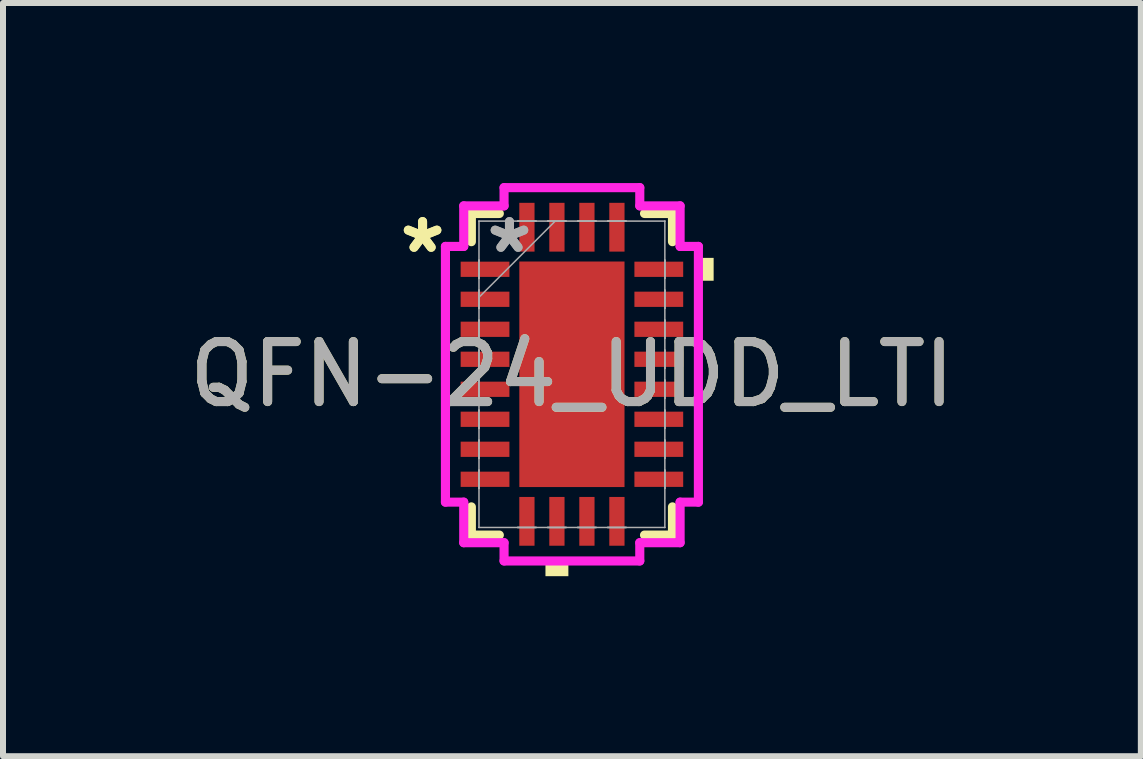
<source format=kicad_pcb>
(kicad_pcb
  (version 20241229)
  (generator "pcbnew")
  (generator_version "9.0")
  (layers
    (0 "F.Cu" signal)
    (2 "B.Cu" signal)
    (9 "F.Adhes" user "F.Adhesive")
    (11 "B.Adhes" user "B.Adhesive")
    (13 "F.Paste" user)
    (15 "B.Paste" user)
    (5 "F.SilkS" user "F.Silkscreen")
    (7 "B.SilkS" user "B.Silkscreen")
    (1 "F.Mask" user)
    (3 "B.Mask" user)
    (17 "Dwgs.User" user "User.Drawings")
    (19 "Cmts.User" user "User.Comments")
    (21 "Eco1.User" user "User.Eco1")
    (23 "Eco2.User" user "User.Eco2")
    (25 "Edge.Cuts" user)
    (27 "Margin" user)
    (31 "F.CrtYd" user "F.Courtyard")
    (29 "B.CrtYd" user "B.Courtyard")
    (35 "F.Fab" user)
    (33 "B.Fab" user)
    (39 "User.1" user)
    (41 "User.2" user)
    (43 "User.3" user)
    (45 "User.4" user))
  (footprint "QFN-24_UDD_LTI"
    (layer "F.Cu")
    (at 6.482 3.188)
    (property "Reference" "QFN-24_UDD_LTI" (at 0 0 0) (unlocked yes) (layer "F.SilkS") (effects (font (size 1 1) (thickness 0.15))))
    (attr smd)
    (fp_line (start -1.676 -2.68) (end -1.676 -2.21) (stroke (width 0.152) (type solid)) (layer "F.SilkS"))
    (fp_line (start -1.676 2.21) (end -1.676 2.68) (stroke (width 0.152) (type solid)) (layer "F.SilkS"))
    (fp_line (start -1.676 2.68) (end -1.21 2.68) (stroke (width 0.152) (type solid)) (layer "F.SilkS"))
    (fp_line (start -1.21 -2.68) (end -1.676 -2.68) (stroke (width 0.152) (type solid)) (layer "F.SilkS"))
    (fp_line (start 1.21 2.68) (end 1.676 2.68) (stroke (width 0.152) (type solid)) (layer "F.SilkS"))
    (fp_line (start 1.676 -2.68) (end 1.21 -2.68) (stroke (width 0.152) (type solid)) (layer "F.SilkS"))
    (fp_line (start 1.676 -2.21) (end 1.676 -2.68) (stroke (width 0.152) (type solid)) (layer "F.SilkS"))
    (fp_line (start 1.676 2.68) (end 1.676 2.21) (stroke (width 0.152) (type solid)) (layer "F.SilkS"))
    (fp_poly (pts (xy -0.441 3.111) (xy -0.441 3.365) (xy -0.059 3.365) (xy -0.059 3.111)) (stroke (width 0) (type solid)) (fill yes) (layer "F.SilkS"))
    (fp_poly (pts (xy 2.362 -1.94) (xy 2.362 -1.559) (xy 2.108 -1.559) (xy 2.108 -1.94)) (stroke (width 0) (type solid)) (fill yes) (layer "F.SilkS"))
    (fp_poly (pts (xy -0.776 -1.78) (xy -0.776 -0.1) (xy 0.776 -0.1) (xy 0.776 -1.78)) (stroke (width 0) (type solid)) (fill yes) (layer "F.Paste"))
    (fp_poly (pts (xy -0.776 0.1) (xy -0.776 1.78) (xy 0.776 1.78) (xy 0.776 0.1)) (stroke (width 0) (type solid)) (fill yes) (layer "F.Paste"))
    (fp_line (start -2.108 -2.131) (end -1.803 -2.131) (stroke (width 0.152) (type solid)) (layer "F.CrtYd"))
    (fp_line (start -2.108 2.131) (end -2.108 -2.131) (stroke (width 0.152) (type solid)) (layer "F.CrtYd"))
    (fp_line (start -1.803 -2.807) (end -1.131 -2.807) (stroke (width 0.152) (type solid)) (layer "F.CrtYd"))
    (fp_line (start -1.803 -2.131) (end -1.803 -2.807) (stroke (width 0.152) (type solid)) (layer "F.CrtYd"))
    (fp_line (start -1.803 2.131) (end -2.108 2.131) (stroke (width 0.152) (type solid)) (layer "F.CrtYd"))
    (fp_line (start -1.803 2.807) (end -1.803 2.131) (stroke (width 0.152) (type solid)) (layer "F.CrtYd"))
    (fp_line (start -1.131 -3.111) (end 1.131 -3.111) (stroke (width 0.152) (type solid)) (layer "F.CrtYd"))
    (fp_line (start -1.131 -2.807) (end -1.131 -3.111) (stroke (width 0.152) (type solid)) (layer "F.CrtYd"))
    (fp_line (start -1.131 2.807) (end -1.803 2.807) (stroke (width 0.152) (type solid)) (layer "F.CrtYd"))
    (fp_line (start -1.131 3.111) (end -1.131 2.807) (stroke (width 0.152) (type solid)) (layer "F.CrtYd"))
    (fp_line (start 1.131 -3.111) (end 1.131 -2.807) (stroke (width 0.152) (type solid)) (layer "F.CrtYd"))
    (fp_line (start 1.131 -2.807) (end 1.803 -2.807) (stroke (width 0.152) (type solid)) (layer "F.CrtYd"))
    (fp_line (start 1.131 2.807) (end 1.131 3.111) (stroke (width 0.152) (type solid)) (layer "F.CrtYd"))
    (fp_line (start 1.131 3.111) (end -1.131 3.111) (stroke (width 0.152) (type solid)) (layer "F.CrtYd"))
    (fp_line (start 1.803 -2.807) (end 1.803 -2.131) (stroke (width 0.152) (type solid)) (layer "F.CrtYd"))
    (fp_line (start 1.803 -2.131) (end 2.108 -2.131) (stroke (width 0.152) (type solid)) (layer "F.CrtYd"))
    (fp_line (start 1.803 2.131) (end 1.803 2.807) (stroke (width 0.152) (type solid)) (layer "F.CrtYd"))
    (fp_line (start 1.803 2.807) (end 1.131 2.807) (stroke (width 0.152) (type solid)) (layer "F.CrtYd"))
    (fp_line (start 2.108 -2.131) (end 2.108 2.131) (stroke (width 0.152) (type solid)) (layer "F.CrtYd"))
    (fp_line (start 2.108 2.131) (end 1.803 2.131) (stroke (width 0.152) (type solid)) (layer "F.CrtYd"))
    (fp_line (start -1.549 -2.553) (end -1.549 -2.553) (stroke (width 0.025) (type solid)) (layer "F.Fab"))
    (fp_line (start -1.549 -2.553) (end -1.549 2.553) (stroke (width 0.025) (type solid)) (layer "F.Fab"))
    (fp_line (start -1.549 -1.902) (end -1.549 -1.902) (stroke (width 0.025) (type solid)) (layer "F.Fab"))
    (fp_line (start -1.549 -1.902) (end -1.549 -1.598) (stroke (width 0.025) (type solid)) (layer "F.Fab"))
    (fp_line (start -1.549 -1.598) (end -1.549 -1.902) (stroke (width 0.025) (type solid)) (layer "F.Fab"))
    (fp_line (start -1.549 -1.598) (end -1.549 -1.598) (stroke (width 0.025) (type solid)) (layer "F.Fab"))
    (fp_line (start -1.549 -1.402) (end -1.549 -1.402) (stroke (width 0.025) (type solid)) (layer "F.Fab"))
    (fp_line (start -1.549 -1.402) (end -1.549 -1.098) (stroke (width 0.025) (type solid)) (layer "F.Fab"))
    (fp_line (start -1.549 -1.283) (end -0.279 -2.553) (stroke (width 0.025) (type solid)) (layer "F.Fab"))
    (fp_line (start -1.549 -1.098) (end -1.549 -1.402) (stroke (width 0.025) (type solid)) (layer "F.Fab"))
    (fp_line (start -1.549 -1.098) (end -1.549 -1.098) (stroke (width 0.025) (type solid)) (layer "F.Fab"))
    (fp_line (start -1.549 -0.902) (end -1.549 -0.902) (stroke (width 0.025) (type solid)) (layer "F.Fab"))
    (fp_line (start -1.549 -0.902) (end -1.549 -0.598) (stroke (width 0.025) (type solid)) (layer "F.Fab"))
    (fp_line (start -1.549 -0.598) (end -1.549 -0.902) (stroke (width 0.025) (type solid)) (layer "F.Fab"))
    (fp_line (start -1.549 -0.598) (end -1.549 -0.598) (stroke (width 0.025) (type solid)) (layer "F.Fab"))
    (fp_line (start -1.549 -0.402) (end -1.549 -0.402) (stroke (width 0.025) (type solid)) (layer "F.Fab"))
    (fp_line (start -1.549 -0.402) (end -1.549 -0.098) (stroke (width 0.025) (type solid)) (layer "F.Fab"))
    (fp_line (start -1.549 -0.098) (end -1.549 -0.402) (stroke (width 0.025) (type solid)) (layer "F.Fab"))
    (fp_line (start -1.549 -0.098) (end -1.549 -0.098) (stroke (width 0.025) (type solid)) (layer "F.Fab"))
    (fp_line (start -1.549 0.098) (end -1.549 0.098) (stroke (width 0.025) (type solid)) (layer "F.Fab"))
    (fp_line (start -1.549 0.098) (end -1.549 0.402) (stroke (width 0.025) (type solid)) (layer "F.Fab"))
    (fp_line (start -1.549 0.402) (end -1.549 0.098) (stroke (width 0.025) (type solid)) (layer "F.Fab"))
    (fp_line (start -1.549 0.402) (end -1.549 0.402) (stroke (width 0.025) (type solid)) (layer "F.Fab"))
    (fp_line (start -1.549 0.598) (end -1.549 0.598) (stroke (width 0.025) (type solid)) (layer "F.Fab"))
    (fp_line (start -1.549 0.598) (end -1.549 0.902) (stroke (width 0.025) (type solid)) (layer "F.Fab"))
    (fp_line (start -1.549 0.902) (end -1.549 0.598) (stroke (width 0.025) (type solid)) (layer "F.Fab"))
    (fp_line (start -1.549 0.902) (end -1.549 0.902) (stroke (width 0.025) (type solid)) (layer "F.Fab"))
    (fp_line (start -1.549 1.098) (end -1.549 1.098) (stroke (width 0.025) (type solid)) (layer "F.Fab"))
    (fp_line (start -1.549 1.098) (end -1.549 1.402) (stroke (width 0.025) (type solid)) (layer "F.Fab"))
    (fp_line (start -1.549 1.402) (end -1.549 1.098) (stroke (width 0.025) (type solid)) (layer "F.Fab"))
    (fp_line (start -1.549 1.402) (end -1.549 1.402) (stroke (width 0.025) (type solid)) (layer "F.Fab"))
    (fp_line (start -1.549 1.598) (end -1.549 1.598) (stroke (width 0.025) (type solid)) (layer "F.Fab"))
    (fp_line (start -1.549 1.598) (end -1.549 1.902) (stroke (width 0.025) (type solid)) (layer "F.Fab"))
    (fp_line (start -1.549 1.902) (end -1.549 1.598) (stroke (width 0.025) (type solid)) (layer "F.Fab"))
    (fp_line (start -1.549 1.902) (end -1.549 1.902) (stroke (width 0.025) (type solid)) (layer "F.Fab"))
    (fp_line (start -1.549 2.553) (end -1.549 2.553) (stroke (width 0.025) (type solid)) (layer "F.Fab"))
    (fp_line (start -1.549 2.553) (end 1.549 2.553) (stroke (width 0.025) (type solid)) (layer "F.Fab"))
    (fp_line (start -0.902 -2.553) (end -0.902 -2.553) (stroke (width 0.025) (type solid)) (layer "F.Fab"))
    (fp_line (start -0.902 -2.553) (end -0.598 -2.553) (stroke (width 0.025) (type solid)) (layer "F.Fab"))
    (fp_line (start -0.902 2.553) (end -0.902 2.553) (stroke (width 0.025) (type solid)) (layer "F.Fab"))
    (fp_line (start -0.902 2.553) (end -0.598 2.553) (stroke (width 0.025) (type solid)) (layer "F.Fab"))
    (fp_line (start -0.598 -2.553) (end -0.902 -2.553) (stroke (width 0.025) (type solid)) (layer "F.Fab"))
    (fp_line (start -0.598 -2.553) (end -0.598 -2.553) (stroke (width 0.025) (type solid)) (layer "F.Fab"))
    (fp_line (start -0.598 2.553) (end -0.902 2.553) (stroke (width 0.025) (type solid)) (layer "F.Fab"))
    (fp_line (start -0.598 2.553) (end -0.598 2.553) (stroke (width 0.025) (type solid)) (layer "F.Fab"))
    (fp_line (start -0.402 -2.553) (end -0.402 -2.553) (stroke (width 0.025) (type solid)) (layer "F.Fab"))
    (fp_line (start -0.402 -2.553) (end -0.098 -2.553) (stroke (width 0.025) (type solid)) (layer "F.Fab"))
    (fp_line (start -0.402 2.553) (end -0.402 2.553) (stroke (width 0.025) (type solid)) (layer "F.Fab"))
    (fp_line (start -0.402 2.553) (end -0.098 2.553) (stroke (width 0.025) (type solid)) (layer "F.Fab"))
    (fp_line (start -0.098 -2.553) (end -0.402 -2.553) (stroke (width 0.025) (type solid)) (layer "F.Fab"))
    (fp_line (start -0.098 -2.553) (end -0.098 -2.553) (stroke (width 0.025) (type solid)) (layer "F.Fab"))
    (fp_line (start -0.098 2.553) (end -0.402 2.553) (stroke (width 0.025) (type solid)) (layer "F.Fab"))
    (fp_line (start -0.098 2.553) (end -0.098 2.553) (stroke (width 0.025) (type solid)) (layer "F.Fab"))
    (fp_line (start 0.098 -2.553) (end 0.098 -2.553) (stroke (width 0.025) (type solid)) (layer "F.Fab"))
    (fp_line (start 0.098 -2.553) (end 0.402 -2.553) (stroke (width 0.025) (type solid)) (layer "F.Fab"))
    (fp_line (start 0.098 2.553) (end 0.098 2.553) (stroke (width 0.025) (type solid)) (layer "F.Fab"))
    (fp_line (start 0.098 2.553) (end 0.402 2.553) (stroke (width 0.025) (type solid)) (layer "F.Fab"))
    (fp_line (start 0.402 -2.553) (end 0.098 -2.553) (stroke (width 0.025) (type solid)) (layer "F.Fab"))
    (fp_line (start 0.402 -2.553) (end 0.402 -2.553) (stroke (width 0.025) (type solid)) (layer "F.Fab"))
    (fp_line (start 0.402 2.553) (end 0.098 2.553) (stroke (width 0.025) (type solid)) (layer "F.Fab"))
    (fp_line (start 0.402 2.553) (end 0.402 2.553) (stroke (width 0.025) (type solid)) (layer "F.Fab"))
    (fp_line (start 0.598 -2.553) (end 0.598 -2.553) (stroke (width 0.025) (type solid)) (layer "F.Fab"))
    (fp_line (start 0.598 -2.553) (end 0.902 -2.553) (stroke (width 0.025) (type solid)) (layer "F.Fab"))
    (fp_line (start 0.598 2.553) (end 0.598 2.553) (stroke (width 0.025) (type solid)) (layer "F.Fab"))
    (fp_line (start 0.598 2.553) (end 0.902 2.553) (stroke (width 0.025) (type solid)) (layer "F.Fab"))
    (fp_line (start 0.902 -2.553) (end 0.598 -2.553) (stroke (width 0.025) (type solid)) (layer "F.Fab"))
    (fp_line (start 0.902 -2.553) (end 0.902 -2.553) (stroke (width 0.025) (type solid)) (layer "F.Fab"))
    (fp_line (start 0.902 2.553) (end 0.598 2.553) (stroke (width 0.025) (type solid)) (layer "F.Fab"))
    (fp_line (start 0.902 2.553) (end 0.902 2.553) (stroke (width 0.025) (type solid)) (layer "F.Fab"))
    (fp_line (start 1.549 -2.553) (end -1.549 -2.553) (stroke (width 0.025) (type solid)) (layer "F.Fab"))
    (fp_line (start 1.549 -2.553) (end 1.549 -2.553) (stroke (width 0.025) (type solid)) (layer "F.Fab"))
    (fp_line (start 1.549 -1.902) (end 1.549 -1.902) (stroke (width 0.025) (type solid)) (layer "F.Fab"))
    (fp_line (start 1.549 -1.902) (end 1.549 -1.598) (stroke (width 0.025) (type solid)) (layer "F.Fab"))
    (fp_line (start 1.549 -1.598) (end 1.549 -1.902) (stroke (width 0.025) (type solid)) (layer "F.Fab"))
    (fp_line (start 1.549 -1.598) (end 1.549 -1.598) (stroke (width 0.025) (type solid)) (layer "F.Fab"))
    (fp_line (start 1.549 -1.402) (end 1.549 -1.402) (stroke (width 0.025) (type solid)) (layer "F.Fab"))
    (fp_line (start 1.549 -1.402) (end 1.549 -1.098) (stroke (width 0.025) (type solid)) (layer "F.Fab"))
    (fp_line (start 1.549 -1.098) (end 1.549 -1.402) (stroke (width 0.025) (type solid)) (layer "F.Fab"))
    (fp_line (start 1.549 -1.098) (end 1.549 -1.098) (stroke (width 0.025) (type solid)) (layer "F.Fab"))
    (fp_line (start 1.549 -0.902) (end 1.549 -0.902) (stroke (width 0.025) (type solid)) (layer "F.Fab"))
    (fp_line (start 1.549 -0.902) (end 1.549 -0.598) (stroke (width 0.025) (type solid)) (layer "F.Fab"))
    (fp_line (start 1.549 -0.598) (end 1.549 -0.902) (stroke (width 0.025) (type solid)) (layer "F.Fab"))
    (fp_line (start 1.549 -0.598) (end 1.549 -0.598) (stroke (width 0.025) (type solid)) (layer "F.Fab"))
    (fp_line (start 1.549 -0.402) (end 1.549 -0.402) (stroke (width 0.025) (type solid)) (layer "F.Fab"))
    (fp_line (start 1.549 -0.402) (end 1.549 -0.098) (stroke (width 0.025) (type solid)) (layer "F.Fab"))
    (fp_line (start 1.549 -0.098) (end 1.549 -0.402) (stroke (width 0.025) (type solid)) (layer "F.Fab"))
    (fp_line (start 1.549 -0.098) (end 1.549 -0.098) (stroke (width 0.025) (type solid)) (layer "F.Fab"))
    (fp_line (start 1.549 0.098) (end 1.549 0.098) (stroke (width 0.025) (type solid)) (layer "F.Fab"))
    (fp_line (start 1.549 0.098) (end 1.549 0.402) (stroke (width 0.025) (type solid)) (layer "F.Fab"))
    (fp_line (start 1.549 0.402) (end 1.549 0.098) (stroke (width 0.025) (type solid)) (layer "F.Fab"))
    (fp_line (start 1.549 0.402) (end 1.549 0.402) (stroke (width 0.025) (type solid)) (layer "F.Fab"))
    (fp_line (start 1.549 0.598) (end 1.549 0.598) (stroke (width 0.025) (type solid)) (layer "F.Fab"))
    (fp_line (start 1.549 0.598) (end 1.549 0.902) (stroke (width 0.025) (type solid)) (layer "F.Fab"))
    (fp_line (start 1.549 0.902) (end 1.549 0.598) (stroke (width 0.025) (type solid)) (layer "F.Fab"))
    (fp_line (start 1.549 0.902) (end 1.549 0.902) (stroke (width 0.025) (type solid)) (layer "F.Fab"))
    (fp_line (start 1.549 1.098) (end 1.549 1.098) (stroke (width 0.025) (type solid)) (layer "F.Fab"))
    (fp_line (start 1.549 1.098) (end 1.549 1.402) (stroke (width 0.025) (type solid)) (layer "F.Fab"))
    (fp_line (start 1.549 1.402) (end 1.549 1.098) (stroke (width 0.025) (type solid)) (layer "F.Fab"))
    (fp_line (start 1.549 1.402) (end 1.549 1.402) (stroke (width 0.025) (type solid)) (layer "F.Fab"))
    (fp_line (start 1.549 1.598) (end 1.549 1.598) (stroke (width 0.025) (type solid)) (layer "F.Fab"))
    (fp_line (start 1.549 1.598) (end 1.549 1.902) (stroke (width 0.025) (type solid)) (layer "F.Fab"))
    (fp_line (start 1.549 1.902) (end 1.549 1.598) (stroke (width 0.025) (type solid)) (layer "F.Fab"))
    (fp_line (start 1.549 1.902) (end 1.549 1.902) (stroke (width 0.025) (type solid)) (layer "F.Fab"))
    (fp_line (start 1.549 2.553) (end 1.549 -2.553) (stroke (width 0.025) (type solid)) (layer "F.Fab"))
    (fp_line (start 1.549 2.553) (end 1.549 2.553) (stroke (width 0.025) (type solid)) (layer "F.Fab"))
    (fp_text user "*" (at -2.489 -2 0) (layer "F.SilkS") (effects (font (size 1 1) (thickness 0.15))))
    (fp_text user "*" (at -2.489 -2 0) (unlocked yes) (layer "F.SilkS") (effects (font (size 1 1) (thickness 0.15))))
    (fp_text user "${REFERENCE}" (at 0 0 0) (unlocked yes) (layer "F.Fab") (effects (font (size 1 1) (thickness 0.15))))
    (fp_text user "*" (at -1.041 -2 0) (unlocked yes) (layer "F.Fab") (effects (font (size 1 1) (thickness 0.15))))
    (fp_text user "*" (at -1.041 -2 0) (layer "F.Fab") (effects (font (size 1 1) (thickness 0.15))))
    (pad "1" smd rect (at -1.448 -1.75 90) (size 0.254 0.813) (layers "F.Cu" "F.Mask" "F.Paste"))
    (pad "2" smd rect (at -1.448 -1.25 90) (size 0.254 0.813) (layers "F.Cu" "F.Mask" "F.Paste"))
    (pad "3" smd rect (at -1.448 -0.75 90) (size 0.254 0.813) (layers "F.Cu" "F.Mask" "F.Paste"))
    (pad "4" smd rect (at -1.448 -0.25 90) (size 0.254 0.813) (layers "F.Cu" "F.Mask" "F.Paste"))
    (pad "5" smd rect (at -1.448 0.25 90) (size 0.254 0.813) (layers "F.Cu" "F.Mask" "F.Paste"))
    (pad "6" smd rect (at -1.448 0.75 90) (size 0.254 0.813) (layers "F.Cu" "F.Mask" "F.Paste"))
    (pad "7" smd rect (at -1.448 1.25 90) (size 0.254 0.813) (layers "F.Cu" "F.Mask" "F.Paste"))
    (pad "8" smd rect (at -1.448 1.75 90) (size 0.254 0.813) (layers "F.Cu" "F.Mask" "F.Paste"))
    (pad "9" smd rect (at -0.75 2.451) (size 0.254 0.813) (layers "F.Cu" "F.Mask" "F.Paste"))
    (pad "10" smd rect (at -0.25 2.451) (size 0.254 0.813) (layers "F.Cu" "F.Mask" "F.Paste"))
    (pad "11" smd rect (at 0.25 2.451) (size 0.254 0.813) (layers "F.Cu" "F.Mask" "F.Paste"))
    (pad "12" smd rect (at 0.75 2.451) (size 0.254 0.813) (layers "F.Cu" "F.Mask" "F.Paste"))
    (pad "13" smd rect (at 1.448 1.75 90) (size 0.254 0.813) (layers "F.Cu" "F.Mask" "F.Paste"))
    (pad "14" smd rect (at 1.448 1.25 90) (size 0.254 0.813) (layers "F.Cu" "F.Mask" "F.Paste"))
    (pad "15" smd rect (at 1.448 0.75 90) (size 0.254 0.813) (layers "F.Cu" "F.Mask" "F.Paste"))
    (pad "16" smd rect (at 1.448 0.25 90) (size 0.254 0.813) (layers "F.Cu" "F.Mask" "F.Paste"))
    (pad "17" smd rect (at 1.448 -0.25 90) (size 0.254 0.813) (layers "F.Cu" "F.Mask" "F.Paste"))
    (pad "18" smd rect (at 1.448 -0.75 90) (size 0.254 0.813) (layers "F.Cu" "F.Mask" "F.Paste"))
    (pad "19" smd rect (at 1.448 -1.25 90) (size 0.254 0.813) (layers "F.Cu" "F.Mask" "F.Paste"))
    (pad "20" smd rect (at 1.448 -1.75 90) (size 0.254 0.813) (layers "F.Cu" "F.Mask" "F.Paste"))
    (pad "21" smd rect (at 0.75 -2.451) (size 0.254 0.813) (layers "F.Cu" "F.Mask" "F.Paste"))
    (pad "22" smd rect (at 0.25 -2.451) (size 0.254 0.813) (layers "F.Cu" "F.Mask" "F.Paste"))
    (pad "23" smd rect (at -0.25 -2.451) (size 0.254 0.813) (layers "F.Cu" "F.Mask" "F.Paste"))
    (pad "24" smd rect (at -0.75 -2.451) (size 0.254 0.813) (layers "F.Cu" "F.Mask" "F.Paste"))
    (pad "25" smd rect (at 0 0) (size 1.753 3.759) (layers "F.Cu" "F.Mask" "F.Paste")))
  (gr_rect
    (start -3 -3)
    (end 15.964 9.553)
    (stroke (width 0.1) (type default))
    (fill no)
    (layer "Edge.Cuts")))
</source>
